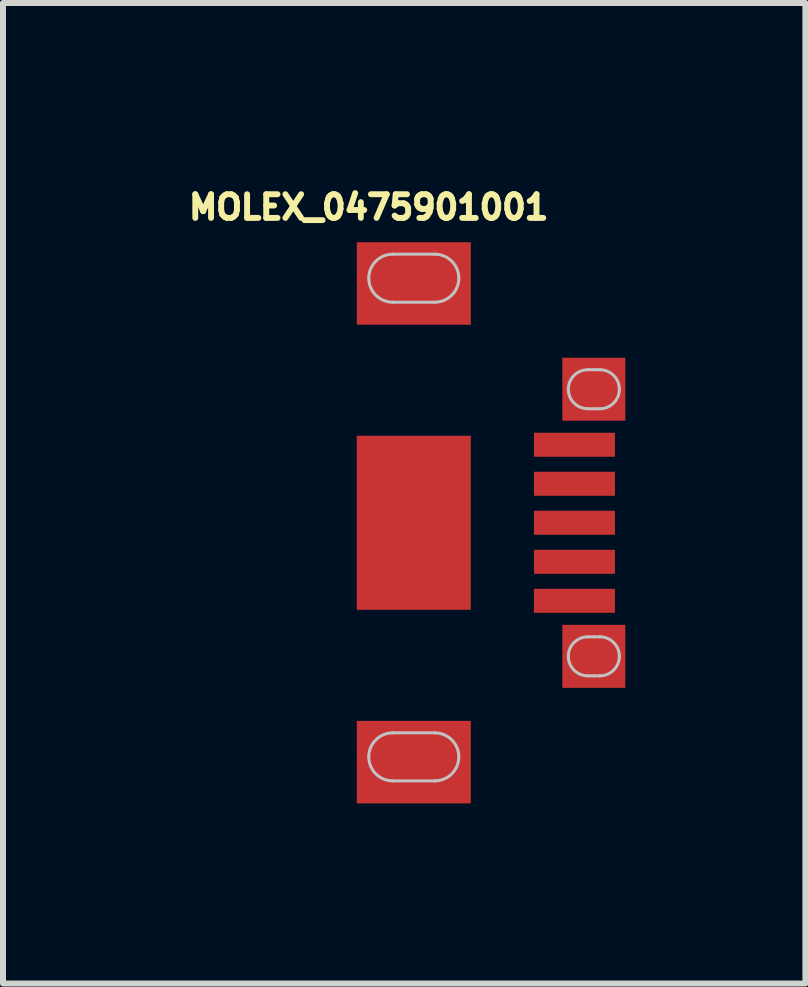
<source format=kicad_pcb>
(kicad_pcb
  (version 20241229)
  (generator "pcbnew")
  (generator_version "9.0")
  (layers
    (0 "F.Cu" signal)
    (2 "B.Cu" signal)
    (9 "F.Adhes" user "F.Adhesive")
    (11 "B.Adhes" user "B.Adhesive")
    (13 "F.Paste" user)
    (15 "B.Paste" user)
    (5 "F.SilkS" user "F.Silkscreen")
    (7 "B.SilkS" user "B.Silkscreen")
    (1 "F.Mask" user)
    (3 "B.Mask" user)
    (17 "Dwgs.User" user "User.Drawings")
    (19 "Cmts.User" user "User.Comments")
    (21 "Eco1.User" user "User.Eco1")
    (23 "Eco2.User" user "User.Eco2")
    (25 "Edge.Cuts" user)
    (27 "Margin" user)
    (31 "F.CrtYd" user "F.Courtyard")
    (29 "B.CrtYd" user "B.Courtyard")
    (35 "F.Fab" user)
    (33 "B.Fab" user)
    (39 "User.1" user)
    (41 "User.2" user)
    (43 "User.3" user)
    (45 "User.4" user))
  (footprint "MOLEX_0475901001"
    (layer "F.Cu")
    (at 3.844 5.66)
    (property "Reference" "MOLEX_0475901001" (at -0.751 -5.257 0) (layer "F.SilkS") (effects (font (size 0.394 0.394) (thickness 0.15))))
    (attr smd)
    (fp_line (start -0.35 -3.675) (end 0.35 -3.675) (stroke (width 0.05) (type solid)) (layer "Dwgs.User"))
    (fp_line (start -0.35 4.3) (end 0.35 4.3) (stroke (width 0.05) (type solid)) (layer "Dwgs.User"))
    (fp_line (start 0.35 -4.475) (end -0.35 -4.475) (stroke (width 0.05) (type solid)) (layer "Dwgs.User"))
    (fp_line (start 0.35 3.5) (end -0.35 3.5) (stroke (width 0.05) (type solid)) (layer "Dwgs.User"))
    (fp_line (start 2.9 -1.9) (end 3 -1.9) (stroke (width 0.05) (type solid)) (layer "Dwgs.User"))
    (fp_line (start 2.9 2.55) (end 3 2.55) (stroke (width 0.05) (type solid)) (layer "Dwgs.User"))
    (fp_line (start 3 -2.55) (end 2.9 -2.55) (stroke (width 0.05) (type solid)) (layer "Dwgs.User"))
    (fp_line (start 3 -1.9) (end 3.1 -1.9) (stroke (width 0.05) (type solid)) (layer "Dwgs.User"))
    (fp_line (start 3 1.9) (end 2.9 1.9) (stroke (width 0.05) (type solid)) (layer "Dwgs.User"))
    (fp_line (start 3 2.55) (end 3.1 2.55) (stroke (width 0.05) (type solid)) (layer "Dwgs.User"))
    (fp_line (start 3.1 -2.55) (end 3 -2.55) (stroke (width 0.05) (type solid)) (layer "Dwgs.User"))
    (fp_line (start 3.1 1.9) (end 3 1.9) (stroke (width 0.05) (type solid)) (layer "Dwgs.User"))
    (fp_arc (start -0.75 -4.075) (mid -0.632843 -4.357843) (end -0.35 -4.475) (stroke (width 0.05) (type solid)) (layer "Dwgs.User"))
    (fp_arc (start -0.75 3.9) (mid -0.632843 3.617157) (end -0.35 3.5) (stroke (width 0.05) (type solid)) (layer "Dwgs.User"))
    (fp_arc (start -0.35 -3.675) (mid -0.632843 -3.792157) (end -0.75 -4.075) (stroke (width 0.05) (type solid)) (layer "Dwgs.User"))
    (fp_arc (start -0.35 4.3) (mid -0.632843 4.182843) (end -0.75 3.9) (stroke (width 0.05) (type solid)) (layer "Dwgs.User"))
    (fp_arc (start 0.35 -4.475) (mid 0.632843 -4.357843) (end 0.75 -4.075) (stroke (width 0.05) (type solid)) (layer "Dwgs.User"))
    (fp_arc (start 0.35 3.5) (mid 0.632843 3.617157) (end 0.75 3.9) (stroke (width 0.05) (type solid)) (layer "Dwgs.User"))
    (fp_arc (start 0.75 -4.075) (mid 0.632843 -3.792157) (end 0.35 -3.675) (stroke (width 0.05) (type solid)) (layer "Dwgs.User"))
    (fp_arc (start 0.75 3.9) (mid 0.632843 4.182843) (end 0.35 4.3) (stroke (width 0.05) (type solid)) (layer "Dwgs.User"))
    (fp_arc (start 2.575 -2.225) (mid 2.67019 -2.45481) (end 2.9 -2.55) (stroke (width 0.05) (type solid)) (layer "Dwgs.User"))
    (fp_arc (start 2.575 2.225) (mid 2.67019 1.99519) (end 2.9 1.9) (stroke (width 0.05) (type solid)) (layer "Dwgs.User"))
    (fp_arc (start 2.9 -1.9) (mid 2.67019 -1.99519) (end 2.575 -2.225) (stroke (width 0.05) (type solid)) (layer "Dwgs.User"))
    (fp_arc (start 2.9 2.55) (mid 2.67019 2.45481) (end 2.575 2.225) (stroke (width 0.05) (type solid)) (layer "Dwgs.User"))
    (fp_arc (start 3.1 -2.55) (mid 3.32981 -2.45481) (end 3.425 -2.225) (stroke (width 0.05) (type solid)) (layer "Dwgs.User"))
    (fp_arc (start 3.1 1.9) (mid 3.32981 1.99519) (end 3.425 2.225) (stroke (width 0.05) (type solid)) (layer "Dwgs.User"))
    (fp_arc (start 3.425 -2.225) (mid 3.32981 -1.99519) (end 3.1 -1.9) (stroke (width 0.05) (type solid)) (layer "Dwgs.User"))
    (fp_arc (start 3.425 2.225) (mid 3.32981 2.45481) (end 3.1 2.55) (stroke (width 0.05) (type solid)) (layer "Dwgs.User"))
    (pad "1" smd rect (at 2.677 -1.3) (size 1.35 0.4) (layers "F.Cu" "F.Mask" "F.Paste"))
    (pad "2" smd rect (at 2.677 -0.65) (size 1.35 0.4) (layers "F.Cu" "F.Mask" "F.Paste"))
    (pad "3" smd rect (at 2.677 -0.000409) (size 1.35 0.4) (layers "F.Cu" "F.Mask" "F.Paste"))
    (pad "4" smd rect (at 2.677 0.65) (size 1.35 0.4) (layers "F.Cu" "F.Mask" "F.Paste"))
    (pad "5" smd rect (at 2.677 1.3) (size 1.35 0.4) (layers "F.Cu" "F.Mask" "F.Paste"))
    (pad "PAD" smd rect (at 0 0) (size 1.9 2.9) (layers "F.Cu" "F.Mask" "F.Paste"))
    (pad "PAD1" smd rect (at 0.000341 -3.987) (size 1.9 1.375) (layers "F.Cu" "F.Mask" "F.Paste"))
    (pad "PAD2" smd rect (at 0.000341 3.988) (size 1.9 1.375) (layers "F.Cu" "F.Mask" "F.Paste"))
    (pad "PAD3" smd rect (at 3 -2.225) (size 1.05 1.05) (layers "F.Cu" "F.Mask" "F.Paste"))
    (pad "PAD4" smd rect (at 3 2.225) (size 1.05 1.05) (layers "F.Cu" "F.Mask" "F.Paste")))
  (gr_rect
    (start -3 -3)
    (end 10.369 13.336)
    (stroke (width 0.1) (type default))
    (fill no)
    (layer "Edge.Cuts")))
</source>
